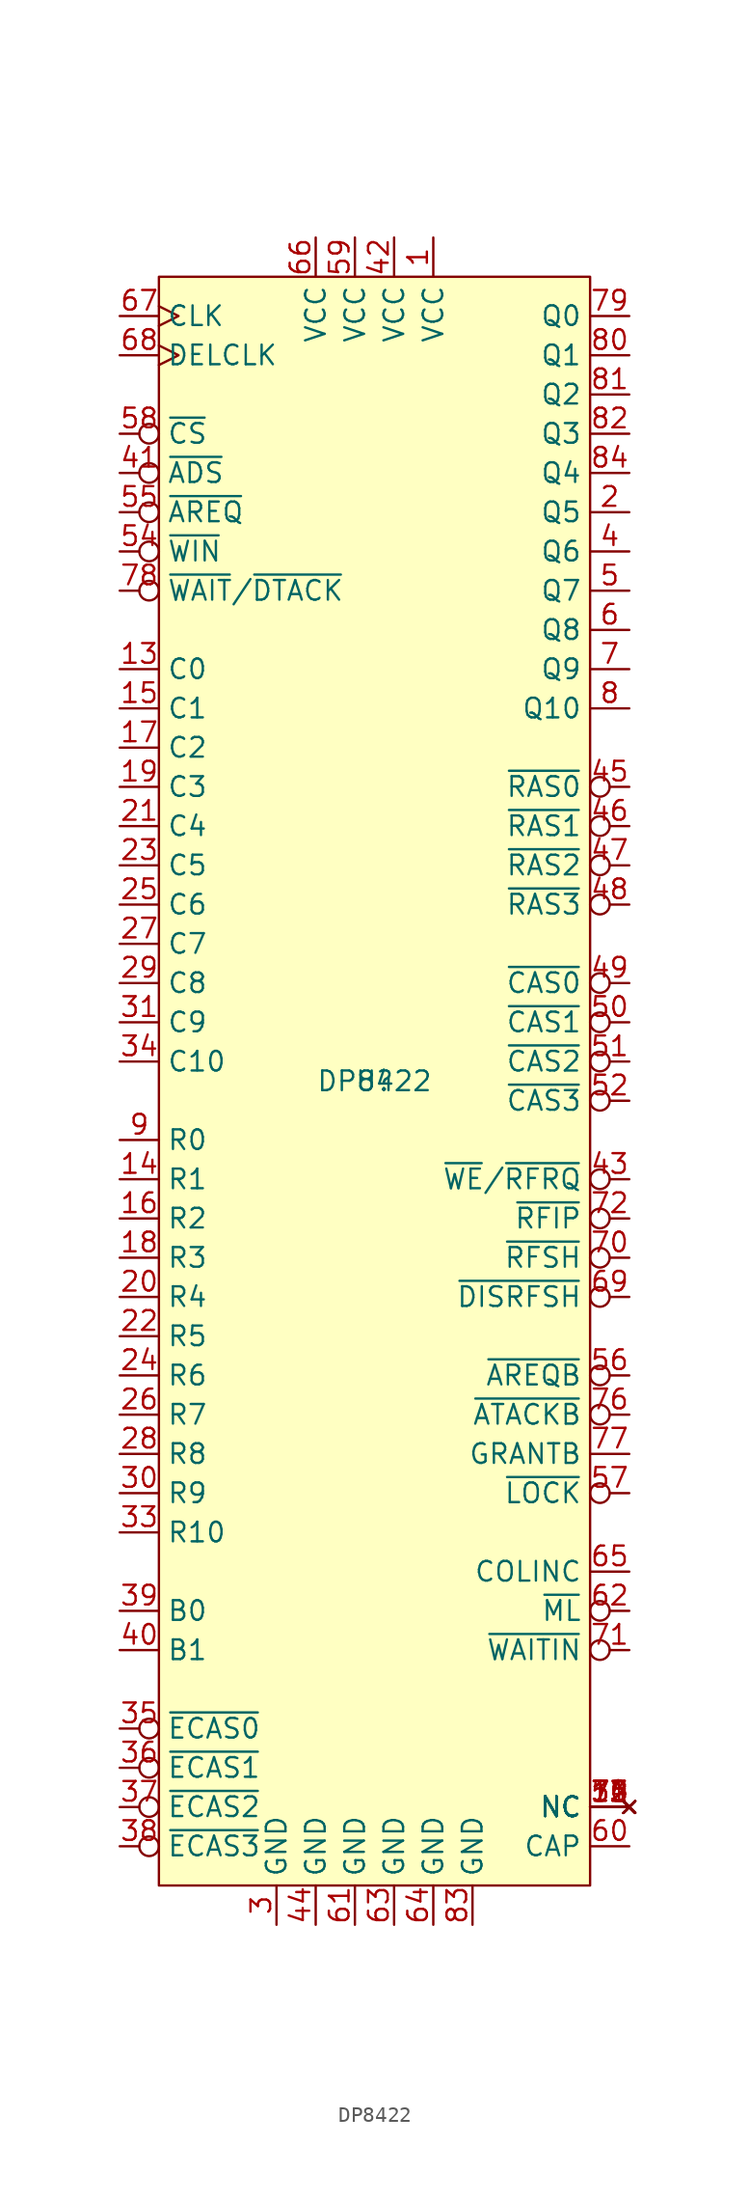
<source format=kicad_sym>
(kicad_symbol_lib
  (version 20220914)
  (generator kicad_symbol_editor)
  (symbol "DP8422"
    (property "Reference" "U"
      (at 0 0 0)
      (effects (font (size 1.27 1.27))))
    (property "Value" "DP8422"
      (at 0 0 0)
      (effects (font (size 1.27 1.27))))
    (symbol "DP8422_0_0"
      (pin power_in line (at 3.81 54.61 270) (length 2.54) (name "VCC" (effects (font (size 1.27 1.27)))) (number "1" (effects (font (size 1.27 1.27)))))
      (pin no_connect line (at 16.51 -46.99 180) (length 2.54) (name "NC" (effects (font (size 1.27 1.27)))) (number "10" (effects (font (size 1.27 1.27)))))
      (pin no_connect line (at 16.51 -46.99 180) (length 2.54) (name "NC" (effects (font (size 1.27 1.27)))) (number "11" (effects (font (size 1.27 1.27)))))
      (pin no_connect line (at 16.51 -46.99 180) (length 2.54) (name "NC" (effects (font (size 1.27 1.27)))) (number "12" (effects (font (size 1.27 1.27)))))
      (pin input line (at -16.51 26.67 0) (length 2.54) (name "C0" (effects (font (size 1.27 1.27)))) (number "13" (effects (font (size 1.27 1.27)))))
      (pin input line (at -16.51 -6.35 0) (length 2.54) (name "R1" (effects (font (size 1.27 1.27)))) (number "14" (effects (font (size 1.27 1.27)))))
      (pin input line (at -16.51 24.13 0) (length 2.54) (name "C1" (effects (font (size 1.27 1.27)))) (number "15" (effects (font (size 1.27 1.27)))))
      (pin input line (at -16.51 -8.89 0) (length 2.54) (name "R2" (effects (font (size 1.27 1.27)))) (number "16" (effects (font (size 1.27 1.27)))))
      (pin input line (at -16.51 21.59 0) (length 2.54) (name "C2" (effects (font (size 1.27 1.27)))) (number "17" (effects (font (size 1.27 1.27)))))
      (pin input line (at -16.51 -11.43 0) (length 2.54) (name "R3" (effects (font (size 1.27 1.27)))) (number "18" (effects (font (size 1.27 1.27)))))
      (pin input line (at -16.51 19.05 0) (length 2.54) (name "C3" (effects (font (size 1.27 1.27)))) (number "19" (effects (font (size 1.27 1.27)))))
      (pin output line (at 16.51 36.83 180) (length 2.54) (name "Q5" (effects (font (size 1.27 1.27)))) (number "2" (effects (font (size 1.27 1.27)))))
      (pin input line (at -16.51 -13.97 0) (length 2.54) (name "R4" (effects (font (size 1.27 1.27)))) (number "20" (effects (font (size 1.27 1.27)))))
      (pin input line (at -16.51 16.51 0) (length 2.54) (name "C4" (effects (font (size 1.27 1.27)))) (number "21" (effects (font (size 1.27 1.27)))))
      (pin input line (at -16.51 -16.51 0) (length 2.54) (name "R5" (effects (font (size 1.27 1.27)))) (number "22" (effects (font (size 1.27 1.27)))))
      (pin input line (at -16.51 13.97 0) (length 2.54) (name "C5" (effects (font (size 1.27 1.27)))) (number "23" (effects (font (size 1.27 1.27)))))
      (pin input line (at -16.51 -19.05 0) (length 2.54) (name "R6" (effects (font (size 1.27 1.27)))) (number "24" (effects (font (size 1.27 1.27)))))
      (pin input line (at -16.51 11.43 0) (length 2.54) (name "C6" (effects (font (size 1.27 1.27)))) (number "25" (effects (font (size 1.27 1.27)))))
      (pin input line (at -16.51 -21.59 0) (length 2.54) (name "R7" (effects (font (size 1.27 1.27)))) (number "26" (effects (font (size 1.27 1.27)))))
      (pin input line (at -16.51 8.89 0) (length 2.54) (name "C7" (effects (font (size 1.27 1.27)))) (number "27" (effects (font (size 1.27 1.27)))))
      (pin input line (at -16.51 -24.13 0) (length 2.54) (name "R8" (effects (font (size 1.27 1.27)))) (number "28" (effects (font (size 1.27 1.27)))))
      (pin input line (at -16.51 6.35 0) (length 2.54) (name "C8" (effects (font (size 1.27 1.27)))) (number "29" (effects (font (size 1.27 1.27)))))
      (pin power_in line (at -6.35 -54.61 90) (length 2.54) (name "GND" (effects (font (size 1.27 1.27)))) (number "3" (effects (font (size 1.27 1.27)))))
      (pin input line (at -16.51 -26.67 0) (length 2.54) (name "R9" (effects (font (size 1.27 1.27)))) (number "30" (effects (font (size 1.27 1.27)))))
      (pin input line (at -16.51 3.81 0) (length 2.54) (name "C9" (effects (font (size 1.27 1.27)))) (number "31" (effects (font (size 1.27 1.27)))))
      (pin no_connect line (at 16.51 -46.99 180) (length 2.54) (name "NC" (effects (font (size 1.27 1.27)))) (number "32" (effects (font (size 1.27 1.27)))))
      (pin input line (at -16.51 -29.21 0) (length 2.54) (name "R10" (effects (font (size 1.27 1.27)))) (number "33" (effects (font (size 1.27 1.27)))))
      (pin input line (at -16.51 1.27 0) (length 2.54) (name "C10" (effects (font (size 1.27 1.27)))) (number "34" (effects (font (size 1.27 1.27)))))
      (pin input inverted (at -16.51 -41.91 0) (length 2.54) (name "~{ECAS0}" (effects (font (size 1.27 1.27)))) (number "35" (effects (font (size 1.27 1.27)))))
      (pin input inverted (at -16.51 -44.45 0) (length 2.54) (name "~{ECAS1}" (effects (font (size 1.27 1.27)))) (number "36" (effects (font (size 1.27 1.27)))))
      (pin input inverted (at -16.51 -46.99 0) (length 2.54) (name "~{ECAS2}" (effects (font (size 1.27 1.27)))) (number "37" (effects (font (size 1.27 1.27)))))
      (pin input inverted (at -16.51 -49.53 0) (length 2.54) (name "~{ECAS3}" (effects (font (size 1.27 1.27)))) (number "38" (effects (font (size 1.27 1.27)))))
      (pin input line (at -16.51 -34.29 0) (length 2.54) (name "B0" (effects (font (size 1.27 1.27)))) (number "39" (effects (font (size 1.27 1.27)))))
      (pin output line (at 16.51 34.29 180) (length 2.54) (name "Q6" (effects (font (size 1.27 1.27)))) (number "4" (effects (font (size 1.27 1.27)))))
      (pin input line (at -16.51 -36.83 0) (length 2.54) (name "B1" (effects (font (size 1.27 1.27)))) (number "40" (effects (font (size 1.27 1.27)))))
      (pin input inverted (at -16.51 39.37 0) (length 2.54) (name "~{ADS}" (effects (font (size 1.27 1.27)))) (number "41" (effects (font (size 1.27 1.27)))))
      (pin power_in line (at 1.27 54.61 270) (length 2.54) (name "VCC" (effects (font (size 1.27 1.27)))) (number "42" (effects (font (size 1.27 1.27)))))
      (pin output inverted (at 16.51 -6.35 180) (length 2.54) (name "~{WE}/~{RFRQ}" (effects (font (size 1.27 1.27)))) (number "43" (effects (font (size 1.27 1.27)))))
      (pin power_in line (at -3.81 -54.61 90) (length 2.54) (name "GND" (effects (font (size 1.27 1.27)))) (number "44" (effects (font (size 1.27 1.27)))))
      (pin output inverted (at 16.51 19.05 180) (length 2.54) (name "~{RAS0}" (effects (font (size 1.27 1.27)))) (number "45" (effects (font (size 1.27 1.27)))))
      (pin output inverted (at 16.51 16.51 180) (length 2.54) (name "~{RAS1}" (effects (font (size 1.27 1.27)))) (number "46" (effects (font (size 1.27 1.27)))))
      (pin output inverted (at 16.51 13.97 180) (length 2.54) (name "~{RAS2}" (effects (font (size 1.27 1.27)))) (number "47" (effects (font (size 1.27 1.27)))))
      (pin output inverted (at 16.51 11.43 180) (length 2.54) (name "~{RAS3}" (effects (font (size 1.27 1.27)))) (number "48" (effects (font (size 1.27 1.27)))))
      (pin output inverted (at 16.51 6.35 180) (length 2.54) (name "~{CAS0}" (effects (font (size 1.27 1.27)))) (number "49" (effects (font (size 1.27 1.27)))))
      (pin output line (at 16.51 31.75 180) (length 2.54) (name "Q7" (effects (font (size 1.27 1.27)))) (number "5" (effects (font (size 1.27 1.27)))))
      (pin output inverted (at 16.51 3.81 180) (length 2.54) (name "~{CAS1}" (effects (font (size 1.27 1.27)))) (number "50" (effects (font (size 1.27 1.27)))))
      (pin output inverted (at 16.51 1.27 180) (length 2.54) (name "~{CAS2}" (effects (font (size 1.27 1.27)))) (number "51" (effects (font (size 1.27 1.27)))))
      (pin output inverted (at 16.51 -1.27 180) (length 2.54) (name "~{CAS3}" (effects (font (size 1.27 1.27)))) (number "52" (effects (font (size 1.27 1.27)))))
      (pin no_connect line (at 16.51 -46.99 180) (length 2.54) (name "NC" (effects (font (size 1.27 1.27)))) (number "53" (effects (font (size 1.27 1.27)))))
      (pin input inverted (at -16.51 34.29 0) (length 2.54) (name "~{WIN}" (effects (font (size 1.27 1.27)))) (number "54" (effects (font (size 1.27 1.27)))))
      (pin input inverted (at -16.51 36.83 0) (length 2.54) (name "~{AREQ}" (effects (font (size 1.27 1.27)))) (number "55" (effects (font (size 1.27 1.27)))))
      (pin input inverted (at 16.51 -19.05 180) (length 2.54) (name "~{AREQB}" (effects (font (size 1.27 1.27)))) (number "56" (effects (font (size 1.27 1.27)))))
      (pin input inverted (at 16.51 -26.67 180) (length 2.54) (name "~{LOCK}" (effects (font (size 1.27 1.27)))) (number "57" (effects (font (size 1.27 1.27)))))
      (pin input inverted (at -16.51 41.91 0) (length 2.54) (name "~{CS}" (effects (font (size 1.27 1.27)))) (number "58" (effects (font (size 1.27 1.27)))))
      (pin power_in line (at -1.27 54.61 270) (length 2.54) (name "VCC" (effects (font (size 1.27 1.27)))) (number "59" (effects (font (size 1.27 1.27)))))
      (pin output line (at 16.51 29.21 180) (length 2.54) (name "Q8" (effects (font (size 1.27 1.27)))) (number "6" (effects (font (size 1.27 1.27)))))
      (pin input line (at 16.51 -49.53 180) (length 2.54) (name "CAP" (effects (font (size 1.27 1.27)))) (number "60" (effects (font (size 1.27 1.27)))))
      (pin power_in line (at -1.27 -54.61 90) (length 2.54) (name "GND" (effects (font (size 1.27 1.27)))) (number "61" (effects (font (size 1.27 1.27)))))
      (pin input inverted (at 16.51 -34.29 180) (length 2.54) (name "~{ML}" (effects (font (size 1.27 1.27)))) (number "62" (effects (font (size 1.27 1.27)))))
      (pin power_in line (at 1.27 -54.61 90) (length 2.54) (name "GND" (effects (font (size 1.27 1.27)))) (number "63" (effects (font (size 1.27 1.27)))))
      (pin power_in line (at 3.81 -54.61 90) (length 2.54) (name "GND" (effects (font (size 1.27 1.27)))) (number "64" (effects (font (size 1.27 1.27)))))
      (pin input line (at 16.51 -31.75 180) (length 2.54) (name "COLINC" (effects (font (size 1.27 1.27)))) (number "65" (effects (font (size 1.27 1.27)))))
      (pin power_in line (at -3.81 54.61 270) (length 2.54) (name "VCC" (effects (font (size 1.27 1.27)))) (number "66" (effects (font (size 1.27 1.27)))))
      (pin input clock (at -16.51 49.53 0) (length 2.54) (name "CLK" (effects (font (size 1.27 1.27)))) (number "67" (effects (font (size 1.27 1.27)))))
      (pin input clock (at -16.51 46.99 0) (length 2.54) (name "DELCLK" (effects (font (size 1.27 1.27)))) (number "68" (effects (font (size 1.27 1.27)))))
      (pin input inverted (at 16.51 -13.97 180) (length 2.54) (name "~{DISRFSH}" (effects (font (size 1.27 1.27)))) (number "69" (effects (font (size 1.27 1.27)))))
      (pin output line (at 16.51 26.67 180) (length 2.54) (name "Q9" (effects (font (size 1.27 1.27)))) (number "7" (effects (font (size 1.27 1.27)))))
      (pin input inverted (at 16.51 -11.43 180) (length 2.54) (name "~{RFSH}" (effects (font (size 1.27 1.27)))) (number "70" (effects (font (size 1.27 1.27)))))
      (pin input inverted (at 16.51 -36.83 180) (length 2.54) (name "~{WAITIN}" (effects (font (size 1.27 1.27)))) (number "71" (effects (font (size 1.27 1.27)))))
      (pin output inverted (at 16.51 -8.89 180) (length 2.54) (name "~{RFIP}" (effects (font (size 1.27 1.27)))) (number "72" (effects (font (size 1.27 1.27)))))
      (pin no_connect line (at 16.51 -46.99 180) (length 2.54) (name "NC" (effects (font (size 1.27 1.27)))) (number "73" (effects (font (size 1.27 1.27)))))
      (pin no_connect line (at 16.51 -46.99 180) (length 2.54) (name "NC" (effects (font (size 1.27 1.27)))) (number "74" (effects (font (size 1.27 1.27)))))
      (pin no_connect line (at 16.51 -46.99 180) (length 2.54) (name "NC" (effects (font (size 1.27 1.27)))) (number "75" (effects (font (size 1.27 1.27)))))
      (pin output inverted (at 16.51 -21.59 180) (length 2.54) (name "~{ATACKB}" (effects (font (size 1.27 1.27)))) (number "76" (effects (font (size 1.27 1.27)))))
      (pin output line (at 16.51 -24.13 180) (length 2.54) (name "GRANTB" (effects (font (size 1.27 1.27)))) (number "77" (effects (font (size 1.27 1.27)))))
      (pin output inverted (at -16.51 31.75 0) (length 2.54) (name "~{WAIT}/~{DTACK}" (effects (font (size 1.27 1.27)))) (number "78" (effects (font (size 1.27 1.27)))))
      (pin output line (at 16.51 49.53 180) (length 2.54) (name "Q0" (effects (font (size 1.27 1.27)))) (number "79" (effects (font (size 1.27 1.27)))))
      (pin output line (at 16.51 24.13 180) (length 2.54) (name "Q10" (effects (font (size 1.27 1.27)))) (number "8" (effects (font (size 1.27 1.27)))))
      (pin output line (at 16.51 46.99 180) (length 2.54) (name "Q1" (effects (font (size 1.27 1.27)))) (number "80" (effects (font (size 1.27 1.27)))))
      (pin output line (at 16.51 44.45 180) (length 2.54) (name "Q2" (effects (font (size 1.27 1.27)))) (number "81" (effects (font (size 1.27 1.27)))))
      (pin output line (at 16.51 41.91 180) (length 2.54) (name "Q3" (effects (font (size 1.27 1.27)))) (number "82" (effects (font (size 1.27 1.27)))))
      (pin power_in line (at 6.35 -54.61 90) (length 2.54) (name "GND" (effects (font (size 1.27 1.27)))) (number "83" (effects (font (size 1.27 1.27)))))
      (pin output line (at 16.51 39.37 180) (length 2.54) (name "Q4" (effects (font (size 1.27 1.27)))) (number "84" (effects (font (size 1.27 1.27)))))
      (pin input line (at -16.51 -3.81 0) (length 2.54) (name "R0" (effects (font (size 1.27 1.27)))) (number "9" (effects (font (size 1.27 1.27))))))
    (symbol "DP8422_1_1"
      (rectangle (start -13.97 52.07) (end 13.97 -52.07) (stroke (width 0) (type default)) (fill (type background))))))
</source>
